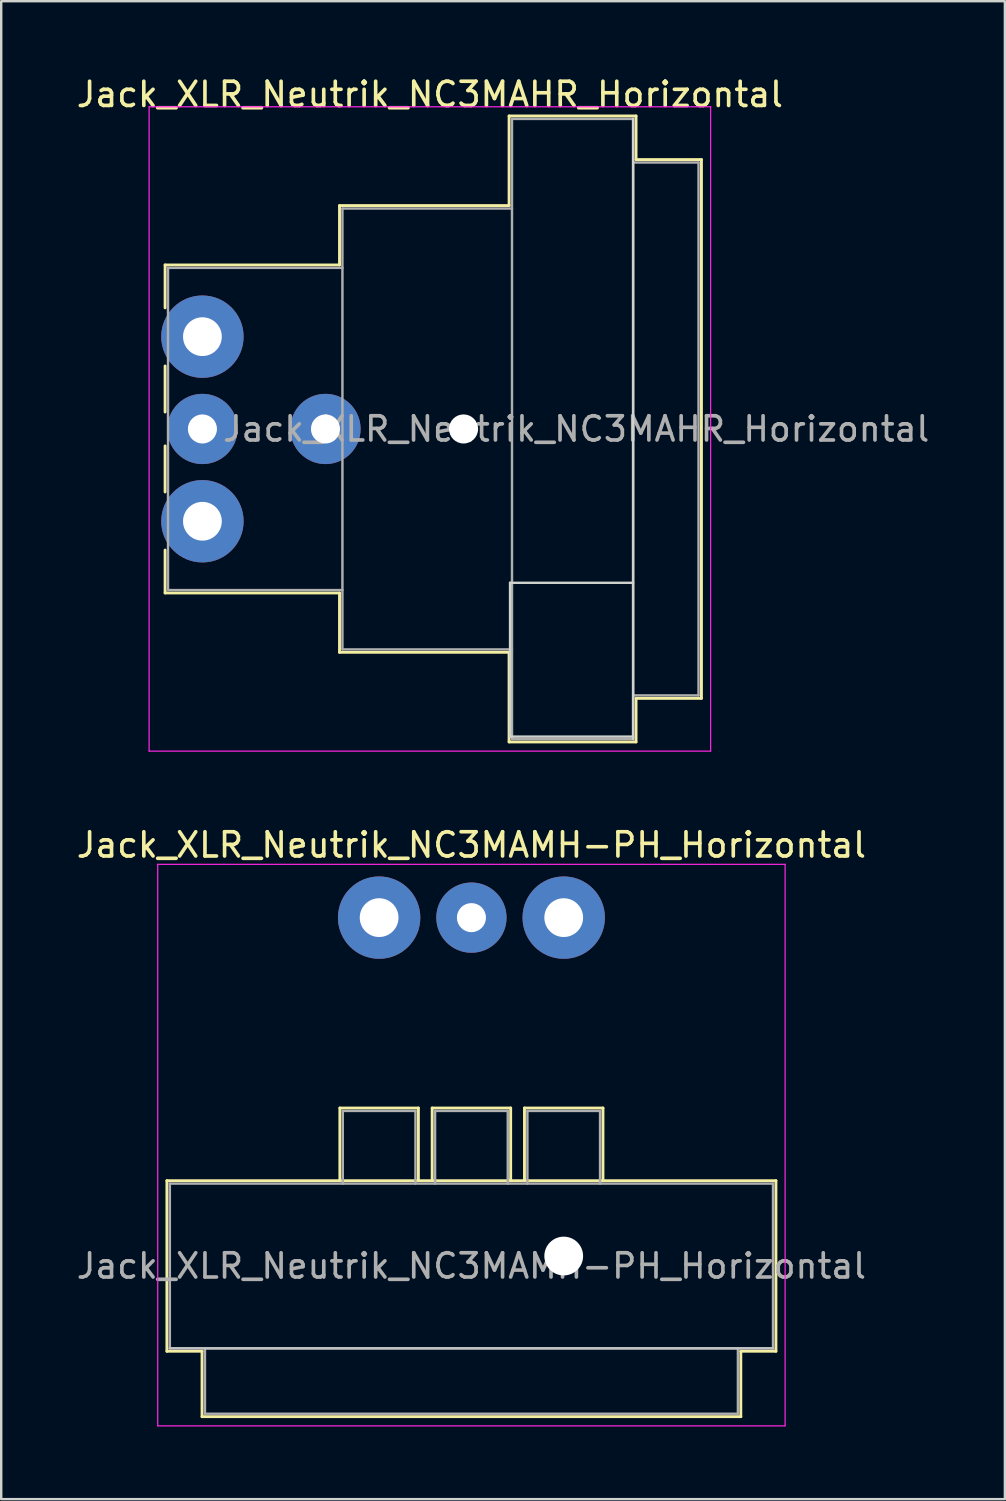
<source format=kicad_pcb>
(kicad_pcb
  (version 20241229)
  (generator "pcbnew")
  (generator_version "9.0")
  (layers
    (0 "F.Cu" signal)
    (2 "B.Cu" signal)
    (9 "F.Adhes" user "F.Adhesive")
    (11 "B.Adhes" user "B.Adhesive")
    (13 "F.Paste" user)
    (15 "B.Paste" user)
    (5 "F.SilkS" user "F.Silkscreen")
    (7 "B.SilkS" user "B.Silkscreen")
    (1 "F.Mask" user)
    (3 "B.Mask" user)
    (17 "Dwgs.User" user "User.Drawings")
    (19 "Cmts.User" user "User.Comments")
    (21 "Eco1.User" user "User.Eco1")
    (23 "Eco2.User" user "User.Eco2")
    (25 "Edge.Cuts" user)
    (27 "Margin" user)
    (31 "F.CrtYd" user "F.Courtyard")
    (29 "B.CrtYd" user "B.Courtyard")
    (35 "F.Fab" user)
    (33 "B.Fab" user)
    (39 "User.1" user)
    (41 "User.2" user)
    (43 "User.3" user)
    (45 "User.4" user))
  (footprint "Jack_XLR_Neutrik_NC3MAMH-PH_Horizontal"
    (layer "F.Cu")
    (at 12.601 34.831)
    (property "Reference" "Jack_XLR_Neutrik_NC3MAMH-PH_Horizontal" (at 3.81 -3 0) (layer "F.SilkS") (effects (font (size 1 1) (thickness 0.15))))
    (attr through_hole)
    (fp_line (start -8.76 10.86) (end 16.38 10.86) (stroke (width 0.12) (type solid)) (layer "F.SilkS"))
    (fp_line (start -8.76 17.9) (end -8.76 10.86) (stroke (width 0.12) (type solid)) (layer "F.SilkS"))
    (fp_line (start -7.31 17.9) (end -8.76 17.9) (stroke (width 0.12) (type solid)) (layer "F.SilkS"))
    (fp_line (start -7.31 17.9) (end -7.31 20.6) (stroke (width 0.12) (type solid)) (layer "F.SilkS"))
    (fp_line (start -1.62 10.86) (end -1.62 7.86) (stroke (width 0.12) (type solid)) (layer "F.SilkS"))
    (fp_line (start 1.62 7.86) (end -1.62 7.86) (stroke (width 0.12) (type solid)) (layer "F.SilkS"))
    (fp_line (start 1.62 10.86) (end 1.62 7.86) (stroke (width 0.12) (type solid)) (layer "F.SilkS"))
    (fp_line (start 2.19 10.86) (end 2.19 7.86) (stroke (width 0.12) (type solid)) (layer "F.SilkS"))
    (fp_line (start 5.43 7.86) (end 2.19 7.86) (stroke (width 0.12) (type solid)) (layer "F.SilkS"))
    (fp_line (start 5.43 10.86) (end 5.43 7.86) (stroke (width 0.12) (type solid)) (layer "F.SilkS"))
    (fp_line (start 6 10.86) (end 6 7.86) (stroke (width 0.12) (type solid)) (layer "F.SilkS"))
    (fp_line (start 9.24 7.86) (end 6 7.86) (stroke (width 0.12) (type solid)) (layer "F.SilkS"))
    (fp_line (start 9.24 10.86) (end 9.24 7.86) (stroke (width 0.12) (type solid)) (layer "F.SilkS"))
    (fp_line (start 14.93 17.9) (end 14.93 20.6) (stroke (width 0.12) (type solid)) (layer "F.SilkS"))
    (fp_line (start 14.93 20.6) (end -7.31 20.6) (stroke (width 0.12) (type solid)) (layer "F.SilkS"))
    (fp_line (start 16.38 17.9) (end 14.93 17.9) (stroke (width 0.12) (type solid)) (layer "F.SilkS"))
    (fp_line (start 16.38 17.9) (end 16.38 10.86) (stroke (width 0.12) (type solid)) (layer "F.SilkS"))
    (fp_line (start 16.26 17.78) (end -8.64 17.78) (stroke (width 0.1) (type solid)) (layer "Dwgs.User"))
    (fp_line (start -9.14 20.98) (end -9.14 -2.2) (stroke (width 0.05) (type solid)) (layer "F.CrtYd"))
    (fp_line (start 16.76 -2.2) (end -9.14 -2.2) (stroke (width 0.05) (type solid)) (layer "F.CrtYd"))
    (fp_line (start 16.76 20.98) (end -9.14 20.98) (stroke (width 0.05) (type solid)) (layer "F.CrtYd"))
    (fp_line (start 16.76 20.98) (end 16.76 -2.2) (stroke (width 0.05) (type solid)) (layer "F.CrtYd"))
    (fp_line (start -8.64 10.98) (end 16.26 10.98) (stroke (width 0.1) (type solid)) (layer "F.Fab"))
    (fp_line (start -8.64 17.78) (end -8.64 10.98) (stroke (width 0.1) (type solid)) (layer "F.Fab"))
    (fp_line (start -7.19 20.48) (end -7.19 17.78) (stroke (width 0.1) (type solid)) (layer "F.Fab"))
    (fp_line (start -1.5 7.98) (end -1.5 10.98) (stroke (width 0.1) (type solid)) (layer "F.Fab"))
    (fp_line (start 1.5 7.98) (end -1.5 7.98) (stroke (width 0.1) (type solid)) (layer "F.Fab"))
    (fp_line (start 1.5 10.98) (end 1.5 7.98) (stroke (width 0.1) (type solid)) (layer "F.Fab"))
    (fp_line (start 2.31 10.98) (end 2.31 7.98) (stroke (width 0.1) (type solid)) (layer "F.Fab"))
    (fp_line (start 5.31 7.98) (end 2.31 7.98) (stroke (width 0.1) (type solid)) (layer "F.Fab"))
    (fp_line (start 5.31 10.98) (end 5.31 7.98) (stroke (width 0.1) (type solid)) (layer "F.Fab"))
    (fp_line (start 6.12 10.98) (end 6.12 7.98) (stroke (width 0.1) (type solid)) (layer "F.Fab"))
    (fp_line (start 9.12 7.98) (end 6.12 7.98) (stroke (width 0.1) (type solid)) (layer "F.Fab"))
    (fp_line (start 9.12 10.98) (end 9.12 7.98) (stroke (width 0.1) (type solid)) (layer "F.Fab"))
    (fp_line (start 14.81 17.78) (end 14.81 20.48) (stroke (width 0.1) (type solid)) (layer "F.Fab"))
    (fp_line (start 14.81 20.48) (end -7.19 20.48) (stroke (width 0.1) (type solid)) (layer "F.Fab"))
    (fp_line (start 16.26 10.98) (end 16.26 17.78) (stroke (width 0.1) (type solid)) (layer "F.Fab"))
    (fp_line (start 16.26 17.78) (end -8.64 17.78) (stroke (width 0.1) (type solid)) (layer "F.Fab"))
    (fp_text user "${REFERENCE}" (at 3.81 14.38 0) (layer "F.Fab") (effects (font (size 1 1) (thickness 0.15))))
    (pad "" np_thru_hole circle (at 7.62 13.97) (size 1.6 1.6) (drill 1.6) (layers "*.Cu" "*.Mask"))
    (pad "1" thru_hole circle (at 0 0) (size 3.4 3.4) (drill 1.6) (layers "*.Cu" "*.Mask"))
    (pad "2" thru_hole circle (at 7.62 0) (size 3.4 3.4) (drill 1.6) (layers "*.Cu" "*.Mask"))
    (pad "3" thru_hole circle (at 3.81 0) (size 2.9 2.9) (drill 1.2) (layers "*.Cu" "*.Mask")))
  (footprint "Jack_XLR_Neutrik_NC3MAHR_Horizontal"
    (layer "F.Cu")
    (at 5.306 10.848)
    (property "Reference" "Jack_XLR_Neutrik_NC3MAHR_Horizontal" (at 9.39 -10 0) (layer "F.SilkS") (effects (font (size 1 1) (thickness 0.15))))
    (attr through_hole)
    (fp_line (start -1.54 -2.96) (end -1.54 -1.19) (stroke (width 0.12) (type solid)) (layer "F.SilkS"))
    (fp_line (start -1.54 3.11) (end -1.54 1.21) (stroke (width 0.12) (type solid)) (layer "F.SilkS"))
    (fp_line (start -1.54 4.51) (end -1.54 6.41) (stroke (width 0.12) (type solid)) (layer "F.SilkS"))
    (fp_line (start -1.54 8.81) (end -1.54 10.58) (stroke (width 0.12) (type solid)) (layer "F.SilkS"))
    (fp_line (start 5.66 -2.96) (end -1.54 -2.96) (stroke (width 0.12) (type solid)) (layer "F.SilkS"))
    (fp_line (start 5.66 -2.96) (end 5.66 -5.41) (stroke (width 0.12) (type solid)) (layer "F.SilkS"))
    (fp_line (start 5.66 10.58) (end -1.54 10.58) (stroke (width 0.12) (type solid)) (layer "F.SilkS"))
    (fp_line (start 5.66 10.58) (end 5.66 13.03) (stroke (width 0.12) (type solid)) (layer "F.SilkS"))
    (fp_line (start 12.66 -5.41) (end 5.66 -5.41) (stroke (width 0.12) (type solid)) (layer "F.SilkS"))
    (fp_line (start 12.66 -5.41) (end 12.66 -9.11) (stroke (width 0.12) (type solid)) (layer "F.SilkS"))
    (fp_line (start 12.66 13.03) (end 5.66 13.03) (stroke (width 0.12) (type solid)) (layer "F.SilkS"))
    (fp_line (start 12.66 16.73) (end 12.66 13.03) (stroke (width 0.12) (type solid)) (layer "F.SilkS"))
    (fp_line (start 17.9 -9.11) (end 12.66 -9.11) (stroke (width 0.12) (type solid)) (layer "F.SilkS"))
    (fp_line (start 17.9 -9.11) (end 17.9 -7.31) (stroke (width 0.12) (type solid)) (layer "F.SilkS"))
    (fp_line (start 17.9 -7.31) (end 20.6 -7.31) (stroke (width 0.12) (type solid)) (layer "F.SilkS"))
    (fp_line (start 17.9 14.93) (end 17.9 16.73) (stroke (width 0.12) (type solid)) (layer "F.SilkS"))
    (fp_line (start 17.9 14.93) (end 20.6 14.93) (stroke (width 0.12) (type solid)) (layer "F.SilkS"))
    (fp_line (start 17.9 16.73) (end 12.66 16.73) (stroke (width 0.12) (type solid)) (layer "F.SilkS"))
    (fp_line (start 20.6 -7.31) (end 20.6 14.93) (stroke (width 0.12) (type solid)) (layer "F.SilkS"))
    (fp_line (start 12.7 10.16) (end 12.7 16.51) (stroke (width 0.1) (type solid)) (layer "Edge.Cuts"))
    (fp_line (start 12.7 16.51) (end 17.78 16.51) (stroke (width 0.1) (type solid)) (layer "Edge.Cuts"))
    (fp_line (start 17.78 -8.99) (end 17.78 16.61) (stroke (width 0.1) (type solid)) (layer "Edge.Cuts"))
    (fp_line (start 17.78 10.16) (end 12.7 10.16) (stroke (width 0.1) (type solid)) (layer "Edge.Cuts"))
    (fp_line (start -2.2 -9.49) (end -2.2 17.11) (stroke (width 0.05) (type solid)) (layer "F.CrtYd"))
    (fp_line (start 20.98 -9.49) (end -2.2 -9.49) (stroke (width 0.05) (type solid)) (layer "F.CrtYd"))
    (fp_line (start 20.98 -9.49) (end 20.98 17.11) (stroke (width 0.05) (type solid)) (layer "F.CrtYd"))
    (fp_line (start 20.98 17.11) (end -2.2 17.11) (stroke (width 0.05) (type solid)) (layer "F.CrtYd"))
    (fp_line (start -1.42 -2.84) (end -1.42 10.46) (stroke (width 0.1) (type solid)) (layer "F.Fab"))
    (fp_line (start 5.78 -2.84) (end -1.42 -2.84) (stroke (width 0.1) (type solid)) (layer "F.Fab"))
    (fp_line (start 5.78 10.46) (end -1.42 10.46) (stroke (width 0.1) (type solid)) (layer "F.Fab"))
    (fp_line (start 5.78 12.91) (end 5.78 -5.29) (stroke (width 0.1) (type solid)) (layer "F.Fab"))
    (fp_line (start 5.78 12.91) (end 12.78 12.91) (stroke (width 0.1) (type solid)) (layer "F.Fab"))
    (fp_line (start 12.78 -8.99) (end 17.78 -8.99) (stroke (width 0.1) (type solid)) (layer "F.Fab"))
    (fp_line (start 12.78 -5.29) (end 5.78 -5.29) (stroke (width 0.1) (type solid)) (layer "F.Fab"))
    (fp_line (start 12.78 16.61) (end 12.78 -8.99) (stroke (width 0.1) (type solid)) (layer "F.Fab"))
    (fp_line (start 17.78 -8.99) (end 17.78 16.61) (stroke (width 0.1) (type solid)) (layer "F.Fab"))
    (fp_line (start 17.78 -7.19) (end 20.48 -7.19) (stroke (width 0.1) (type solid)) (layer "F.Fab"))
    (fp_line (start 17.78 16.61) (end 12.78 16.61) (stroke (width 0.1) (type solid)) (layer "F.Fab"))
    (fp_line (start 20.48 -7.19) (end 20.48 14.81) (stroke (width 0.1) (type solid)) (layer "F.Fab"))
    (fp_line (start 20.48 14.81) (end 17.78 14.81) (stroke (width 0.1) (type solid)) (layer "F.Fab"))
    (fp_text user "${REFERENCE}" (at 15.43 3.81 0) (layer "F.Fab") (effects (font (size 1 1) (thickness 0.15))))
    (pad "" np_thru_hole circle (at 10.78 3.81) (size 1.2 1.2) (drill 1.2) (layers "*.Cu" "*.Mask"))
    (pad "1" thru_hole circle (at 0 0) (size 3.4 3.4) (drill 1.6) (layers "*.Cu" "*.Mask"))
    (pad "2" thru_hole circle (at 0 3.81) (size 2.9 2.9) (drill 1.2) (layers "*.Cu" "*.Mask"))
    (pad "3" thru_hole circle (at 0 7.62) (size 3.4 3.4) (drill 1.6) (layers "*.Cu" "*.Mask"))
    (pad "G" thru_hole circle (at 5.08 3.81) (size 2.9 2.9) (drill 1.2) (layers "*.Cu" "*.Mask")))
  (gr_rect
    (start -3 -3)
    (end 38.433 58.837)
    (stroke (width 0.1) (type default))
    (fill no)
    (layer "Edge.Cuts")))
</source>
